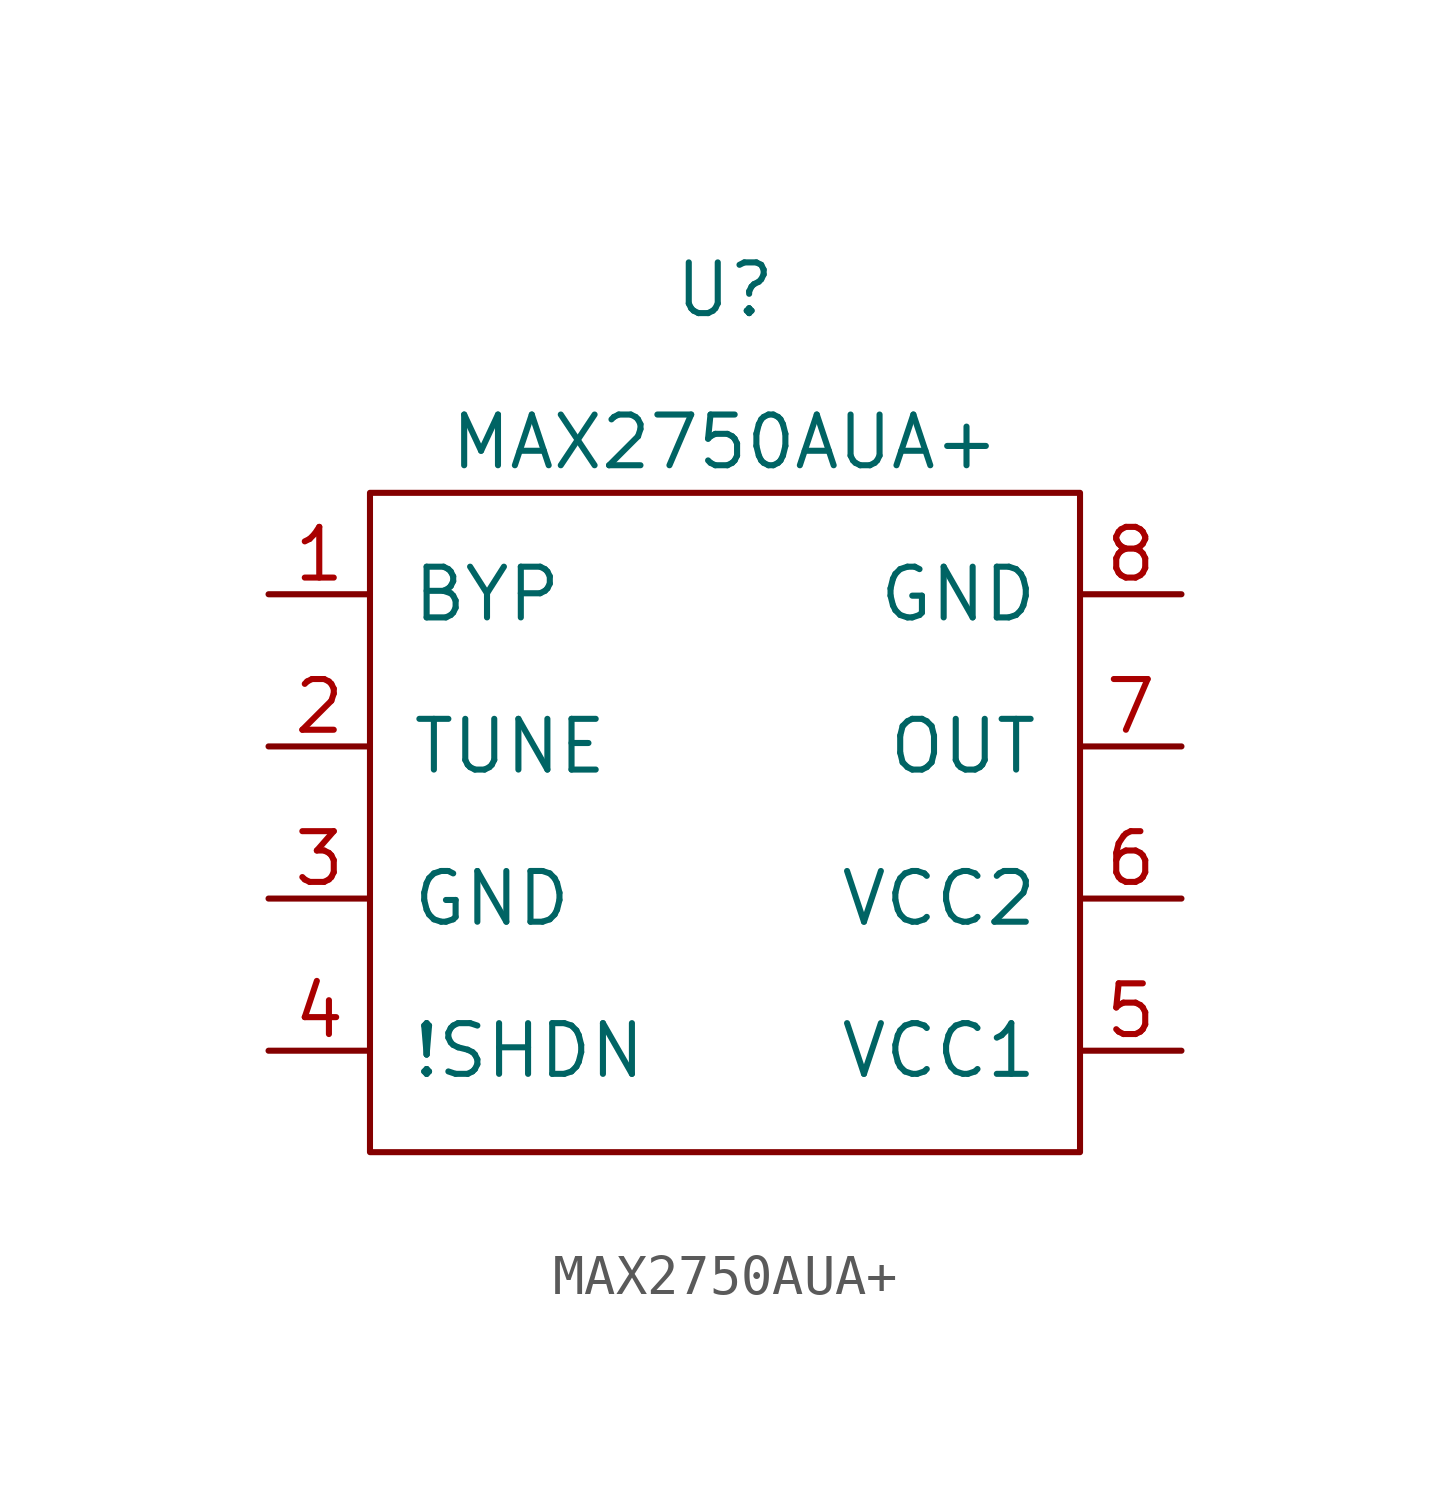
<source format=kicad_sym>
(kicad_symbol_lib
  (version 20211014)
  (generator kicad_symbol_editor)
  (symbol "MAX2750AUA+"
    (pin_names
      (offset 1.016))
    (property "Reference" "U"
      (at 0 13.97 0)
      (effects (font (size 1.27 1.27))))
    (property "Value" "MAX2750AUA+"
      (at 0 10.16 0)
      (effects (font (size 1.27 1.27))))
    (symbol "MAX2750AUA+_0_1"
      (rectangle (start -8.89 8.89) (end 8.89 -7.62) (stroke (width 0) (type default) (color 0 0 0 0)) (fill (type none))))
    (symbol "MAX2750AUA+_1_1"
      (pin output line (at -11.43 6.35 0) (length 2.54) (name "BYP" (effects (font (size 1.27 1.27)))) (number "1" (effects (font (size 1.27 1.27)))))
      (pin input line (at -11.43 2.54 0) (length 2.54) (name "TUNE" (effects (font (size 1.27 1.27)))) (number "2" (effects (font (size 1.27 1.27)))))
      (pin power_in line (at -11.43 -1.27 0) (length 2.54) (name "GND" (effects (font (size 1.27 1.27)))) (number "3" (effects (font (size 1.27 1.27)))))
      (pin input line (at -11.43 -5.08 0) (length 2.54) (name "!SHDN" (effects (font (size 1.27 1.27)))) (number "4" (effects (font (size 1.27 1.27)))))
      (pin power_in line (at 11.43 -5.08 180) (length 2.54) (name "VCC1" (effects (font (size 1.27 1.27)))) (number "5" (effects (font (size 1.27 1.27)))))
      (pin power_in line (at 11.43 -1.27 180) (length 2.54) (name "VCC2" (effects (font (size 1.27 1.27)))) (number "6" (effects (font (size 1.27 1.27)))))
      (pin output line (at 11.43 2.54 180) (length 2.54) (name "OUT" (effects (font (size 1.27 1.27)))) (number "7" (effects (font (size 1.27 1.27)))))
      (pin power_in line (at 11.43 6.35 180) (length 2.54) (name "GND" (effects (font (size 1.27 1.27)))) (number "8" (effects (font (size 1.27 1.27))))))))
</source>
